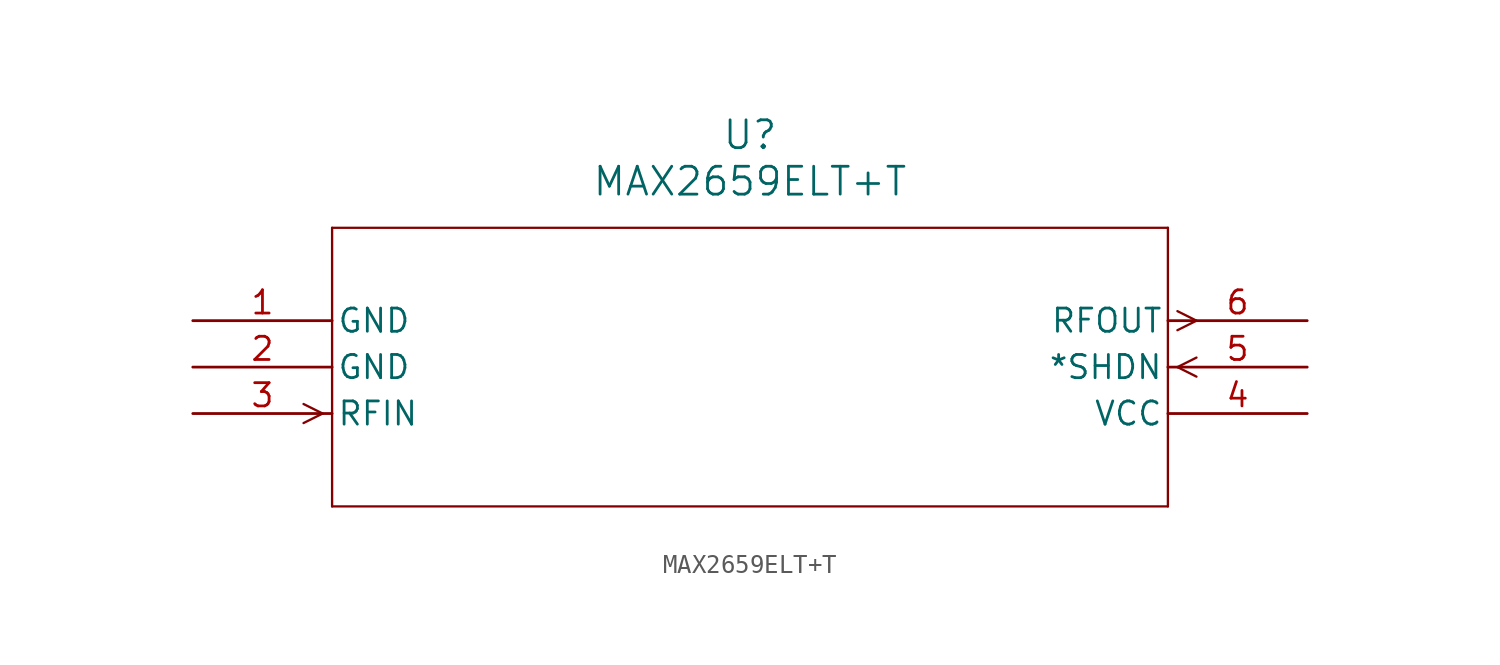
<source format=kicad_sym>
(kicad_symbol_lib
  (version 20211014)
  (generator kicad_symbol_editor)
  (symbol "MAX2659ELT+T"
    (pin_names
      (offset 0.254))
    (property "Reference" "U"
      (at 30.48 10.16 0)
      (effects (font (size 1.524 1.524))))
    (property "Value" "MAX2659ELT+T"
      (at 30.48 7.62 0)
      (effects (font (size 1.524 1.524))))
    (symbol "MAX2659ELT+T_0_1"
      (polyline (pts (xy 7.099 -5.08) (xy 6.058 -4.559)) (stroke (width 0.127) (type default) (color 0 0 0 0)) (fill (type none)))
      (polyline (pts (xy 7.099 -5.08) (xy 6.058 -5.601)) (stroke (width 0.127) (type default) (color 0 0 0 0)) (fill (type none)))
      (polyline (pts (xy 53.861 -2.54) (xy 54.902 -2.019)) (stroke (width 0.127) (type default) (color 0 0 0 0)) (fill (type none)))
      (polyline (pts (xy 53.861 -2.54) (xy 54.902 -3.061)) (stroke (width 0.127) (type default) (color 0 0 0 0)) (fill (type none)))
      (polyline (pts (xy 53.861 0.521) (xy 54.902 0)) (stroke (width 0.127) (type default) (color 0 0 0 0)) (fill (type none)))
      (polyline (pts (xy 53.861 -0.521) (xy 54.902 0)) (stroke (width 0.127) (type default) (color 0 0 0 0)) (fill (type none)))
      (polyline (pts (xy 7.62 5.08) (xy 7.62 -10.16)) (stroke (width 0.127) (type default) (color 0 0 0 0)) (fill (type none)))
      (polyline (pts (xy 7.62 -10.16) (xy 53.34 -10.16)) (stroke (width 0.127) (type default) (color 0 0 0 0)) (fill (type none)))
      (polyline (pts (xy 53.34 -10.16) (xy 53.34 5.08)) (stroke (width 0.127) (type default) (color 0 0 0 0)) (fill (type none)))
      (polyline (pts (xy 53.34 5.08) (xy 7.62 5.08)) (stroke (width 0.127) (type default) (color 0 0 0 0)) (fill (type none)))
      (pin power_in line (at 0 0 0) (length 7.62) (name "GND" (effects (font (size 1.27 1.27)))) (number "1" (effects (font (size 1.27 1.27)))))
      (pin power_in line (at 0 -2.54 0) (length 7.62) (name "GND" (effects (font (size 1.27 1.27)))) (number "2" (effects (font (size 1.27 1.27)))))
      (pin input line (at 0 -5.08 0) (length 7.62) (name "RFIN" (effects (font (size 1.27 1.27)))) (number "3" (effects (font (size 1.27 1.27)))))
      (pin power_in line (at 60.96 -5.08 180) (length 7.62) (name "VCC" (effects (font (size 1.27 1.27)))) (number "4" (effects (font (size 1.27 1.27)))))
      (pin input line (at 60.96 -2.54 180) (length 7.62) (name "*SHDN" (effects (font (size 1.27 1.27)))) (number "5" (effects (font (size 1.27 1.27)))))
      (pin output line (at 60.96 0 180) (length 7.62) (name "RFOUT" (effects (font (size 1.27 1.27)))) (number "6" (effects (font (size 1.27 1.27))))))))
</source>
